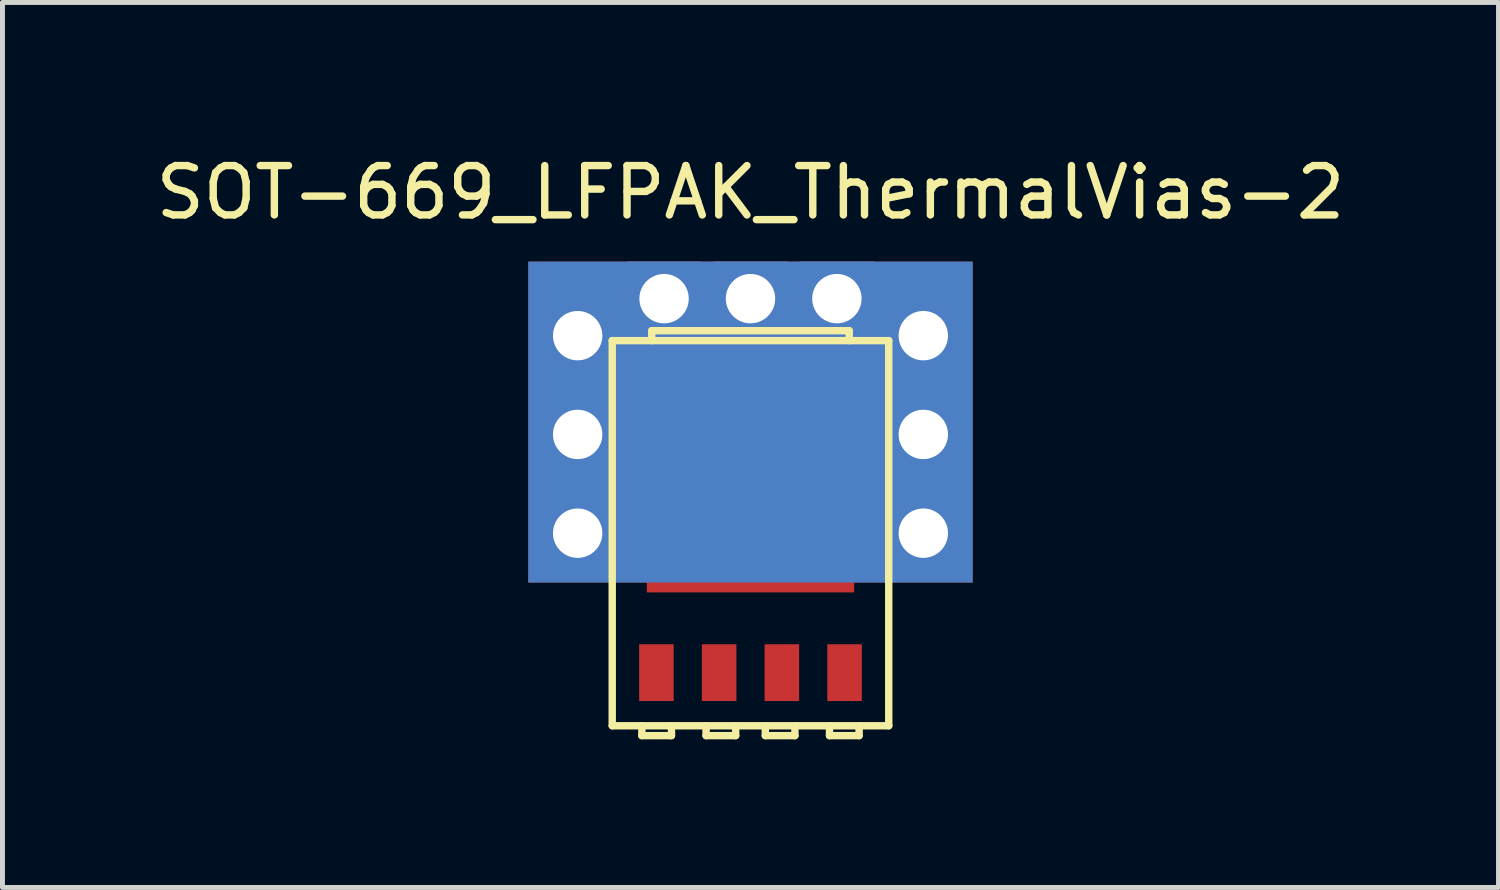
<source format=kicad_pcb>
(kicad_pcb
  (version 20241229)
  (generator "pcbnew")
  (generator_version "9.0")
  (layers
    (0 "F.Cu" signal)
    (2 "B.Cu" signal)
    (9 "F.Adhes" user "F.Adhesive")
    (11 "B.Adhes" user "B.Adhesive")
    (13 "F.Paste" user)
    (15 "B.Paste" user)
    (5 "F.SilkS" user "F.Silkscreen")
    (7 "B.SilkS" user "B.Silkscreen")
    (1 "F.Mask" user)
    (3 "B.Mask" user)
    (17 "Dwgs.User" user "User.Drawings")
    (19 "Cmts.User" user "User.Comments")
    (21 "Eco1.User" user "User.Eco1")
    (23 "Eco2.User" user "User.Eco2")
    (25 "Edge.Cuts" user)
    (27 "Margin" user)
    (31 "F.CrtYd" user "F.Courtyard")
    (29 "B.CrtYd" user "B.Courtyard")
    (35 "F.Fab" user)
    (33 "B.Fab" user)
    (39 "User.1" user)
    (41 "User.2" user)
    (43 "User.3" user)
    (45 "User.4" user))
  (footprint "SOT-669_LFPAK_ThermalVias-2"
    (layer "F.Cu")
    (at 12.149 7.748)
    (property "Reference" "SOT-669_LFPAK_ThermalVias-2" (at 0 -6.9 0) (layer "F.SilkS") (effects (font (size 1 1) (thickness 0.15))))
    (attr through_hole)
    (fp_line (start -2.8 -3.9) (end 2.8 -3.9) (stroke (width 0.15) (type solid)) (layer "F.SilkS"))
    (fp_line (start -2.8 3.9) (end -2.8 -3.9) (stroke (width 0.15) (type solid)) (layer "F.SilkS"))
    (fp_line (start -2.2 3.9) (end -2.2 4.1) (stroke (width 0.15) (type solid)) (layer "F.SilkS"))
    (fp_line (start -2.2 4.1) (end -1.6 4.1) (stroke (width 0.15) (type solid)) (layer "F.SilkS"))
    (fp_line (start -2 -4.1) (end 2 -4.1) (stroke (width 0.15) (type solid)) (layer "F.SilkS"))
    (fp_line (start -2 -3.9) (end -2 -4.1) (stroke (width 0.15) (type solid)) (layer "F.SilkS"))
    (fp_line (start -1.6 4.1) (end -1.6 3.9) (stroke (width 0.15) (type solid)) (layer "F.SilkS"))
    (fp_line (start -0.9 3.9) (end -0.9 4.1) (stroke (width 0.15) (type solid)) (layer "F.SilkS"))
    (fp_line (start -0.9 4.1) (end -0.3 4.1) (stroke (width 0.15) (type solid)) (layer "F.SilkS"))
    (fp_line (start -0.3 4.1) (end -0.3 3.9) (stroke (width 0.15) (type solid)) (layer "F.SilkS"))
    (fp_line (start 0.3 3.9) (end 0.3 4.1) (stroke (width 0.15) (type solid)) (layer "F.SilkS"))
    (fp_line (start 0.3 4.1) (end 0.9 4.1) (stroke (width 0.15) (type solid)) (layer "F.SilkS"))
    (fp_line (start 0.9 4.1) (end 0.9 3.9) (stroke (width 0.15) (type solid)) (layer "F.SilkS"))
    (fp_line (start 1.6 3.9) (end 1.6 4.1) (stroke (width 0.15) (type solid)) (layer "F.SilkS"))
    (fp_line (start 1.6 4.1) (end 2.2 4.1) (stroke (width 0.15) (type solid)) (layer "F.SilkS"))
    (fp_line (start 2 -4.1) (end 2 -3.9) (stroke (width 0.15) (type solid)) (layer "F.SilkS"))
    (fp_line (start 2.2 4.1) (end 2.2 3.9) (stroke (width 0.15) (type solid)) (layer "F.SilkS"))
    (fp_line (start 2.8 -3.9) (end 2.8 3.9) (stroke (width 0.15) (type solid)) (layer "F.SilkS"))
    (fp_line (start 2.8 3.9) (end -2.8 3.9) (stroke (width 0.15) (type solid)) (layer "F.SilkS"))
    (pad "" smd rect (at -1.875 -2.9) (size 0.6 0.9) (layers "F.Paste"))
    (pad "" smd rect (at -1.15 -1.05 90) (size 0.6 0.9) (layers "F.Paste"))
    (pad "" smd rect (at -1.15 -0.2 90) (size 0.6 0.9) (layers "F.Paste"))
    (pad "" smd rect (at -1.15 0.65 90) (size 0.6 0.9) (layers "F.Paste"))
    (pad "" smd rect (at -0.6 -2.9) (size 0.6 0.9) (layers "F.Paste"))
    (pad "" smd rect (at 0 -1.05 90) (size 0.6 0.9) (layers "F.Paste"))
    (pad "" smd rect (at 0 -0.2 90) (size 0.6 0.9) (layers "F.Paste"))
    (pad "" smd rect (at 0 0.65 90) (size 0.6 0.9) (layers "F.Paste"))
    (pad "" smd rect (at 0.6 -2.9) (size 0.6 0.9) (layers "F.Paste"))
    (pad "" smd rect (at 1.15 -1.05 90) (size 0.6 0.9) (layers "F.Paste"))
    (pad "" smd rect (at 1.15 -0.2 90) (size 0.6 0.9) (layers "F.Paste"))
    (pad "" smd rect (at 1.15 0.65 90) (size 0.6 0.9) (layers "F.Paste"))
    (pad "" smd rect (at 1.875 -2.9) (size 0.6 0.9) (layers "F.Paste"))
    (pad "1" smd rect (at -1.905 2.825) (size 0.7 1.15) (layers "F.Cu" "F.Mask" "F.Paste"))
    (pad "2" smd rect (at -0.635 2.825) (size 0.7 1.15) (layers "F.Cu" "F.Mask" "F.Paste"))
    (pad "3" smd rect (at 0.635 2.825) (size 0.7 1.15) (layers "F.Cu" "F.Mask" "F.Paste"))
    (pad "4" smd rect (at 1.905 2.825) (size 0.7 1.15) (layers "F.Cu" "F.Mask" "F.Paste"))
    (pad "5" thru_hole rect (at -3.5 -4) (size 1.5 1.5) (drill 1) (layers "*.Cu"))
    (pad "5" thru_hole rect (at -3.5 -2) (size 1.5 1.5) (drill 1) (layers "*.Cu"))
    (pad "5" thru_hole rect (at -3.5 0) (size 1.5 1.5) (drill 1) (layers "*.Cu"))
    (pad "5" thru_hole rect (at -1.75 -4.75) (size 1.5 1.5) (drill 1) (layers "*.Cu"))
    (pad "5" thru_hole rect (at 0 -4.75) (size 1.5 1.5) (drill 1) (layers "*.Cu"))
    (pad "5" smd rect (at 0 -2.65) (size 4.7 1.55) (layers "F.Cu" "F.Mask"))
    (pad "5" smd rect (at 0 -2.25) (size 9 6.5) (layers "F.Cu"))
    (pad "5" smd rect (at 0 -2.25) (size 9 6.5) (layers "B.Cu"))
    (pad "5" smd rect (at 0 -0.45) (size 4.2 3.3) (layers "F.Cu" "F.Mask"))
    (pad "5" thru_hole rect (at 1.75 -4.75) (size 1.5 1.5) (drill 1) (layers "*.Cu"))
    (pad "5" thru_hole rect (at 3.5 -4) (size 1.5 1.5) (drill 1) (layers "*.Cu"))
    (pad "5" thru_hole rect (at 3.5 -2) (size 1.5 1.5) (drill 1) (layers "*.Cu"))
    (pad "5" thru_hole rect (at 3.5 0) (size 1.5 1.5) (drill 1) (layers "*.Cu")))
  (gr_rect
    (start -3 -3)
    (end 27.298 14.923)
    (stroke (width 0.1) (type default))
    (fill no)
    (layer "Edge.Cuts")))
</source>
